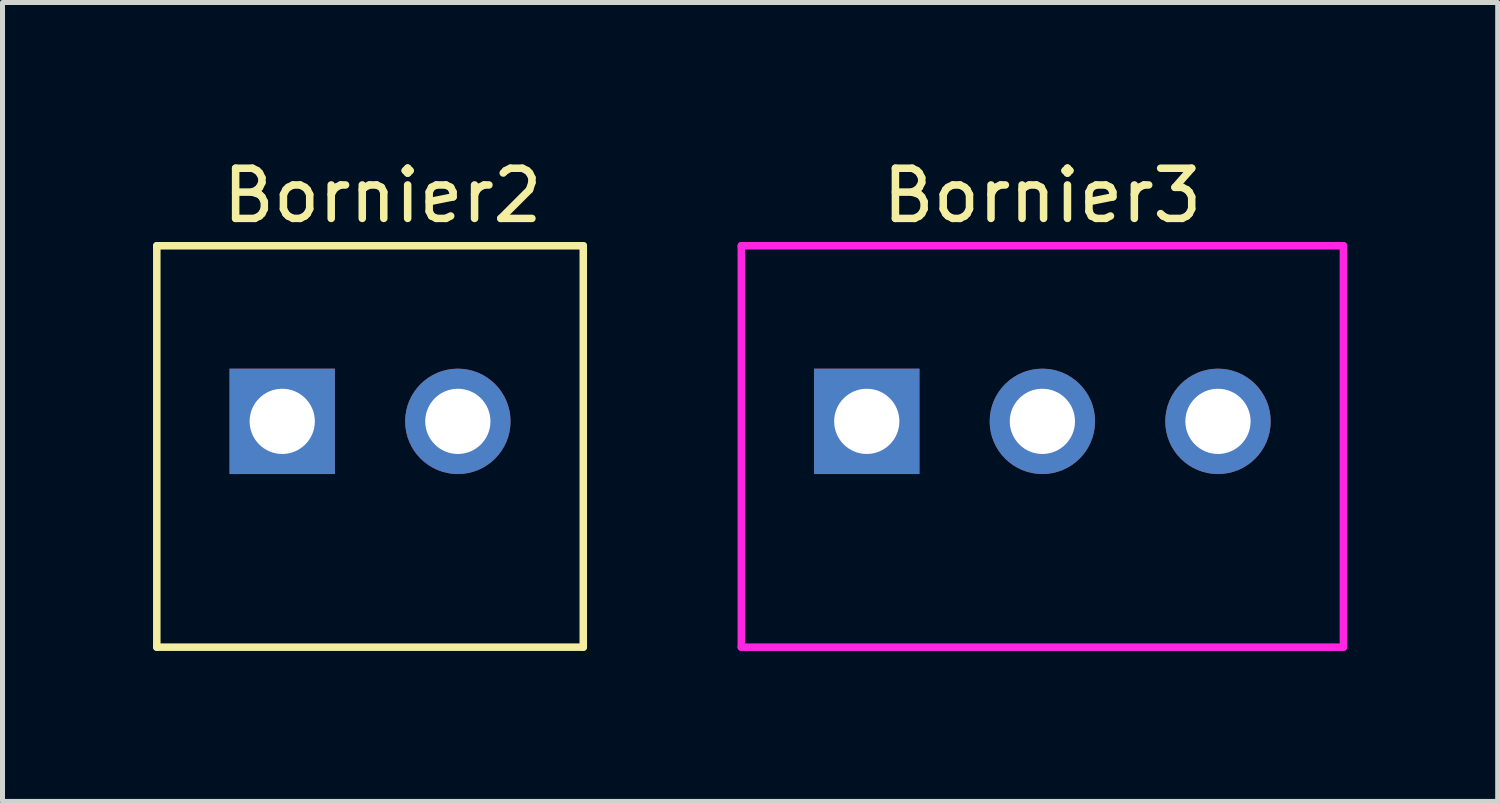
<source format=kicad_pcb>
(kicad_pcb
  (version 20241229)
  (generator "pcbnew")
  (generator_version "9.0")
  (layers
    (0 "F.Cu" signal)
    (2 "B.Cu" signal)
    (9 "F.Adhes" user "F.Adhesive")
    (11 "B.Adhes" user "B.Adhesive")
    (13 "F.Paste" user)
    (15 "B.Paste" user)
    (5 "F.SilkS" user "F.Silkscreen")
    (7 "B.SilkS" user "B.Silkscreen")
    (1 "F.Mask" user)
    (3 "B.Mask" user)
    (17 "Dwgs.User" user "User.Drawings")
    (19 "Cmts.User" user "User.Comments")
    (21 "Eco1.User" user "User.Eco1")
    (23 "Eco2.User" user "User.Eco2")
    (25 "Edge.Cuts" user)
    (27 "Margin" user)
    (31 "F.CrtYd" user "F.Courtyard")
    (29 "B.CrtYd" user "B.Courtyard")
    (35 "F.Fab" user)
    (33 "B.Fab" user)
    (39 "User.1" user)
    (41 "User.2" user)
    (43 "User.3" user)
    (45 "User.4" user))
  (footprint "Bornier3"
    (layer "F.Cu")
    (at 14.225 5.348)
    (property "Reference" "Bornier3" (at 3.5 -4.5 0) (layer "F.SilkS") (effects (font (size 1 1) (thickness 0.15))))
    (attr through_hole)
    (fp_line (start -2.5 -3.5) (end -2.5 4.5) (stroke (width 0.15) (type solid)) (layer "F.CrtYd"))
    (fp_line (start -2.5 -3.5) (end 9.5 -3.5) (stroke (width 0.15) (type solid)) (layer "F.CrtYd"))
    (fp_line (start -2.5 4.5) (end 9.5 4.5) (stroke (width 0.15) (type solid)) (layer "F.CrtYd"))
    (fp_line (start 9.5 4.5) (end 9.5 -3.5) (stroke (width 0.15) (type solid)) (layer "F.CrtYd"))
    (pad "1" thru_hole rect (at 0 0) (size 2.1 2.1) (drill 1.3) (layers "*.Cu" "*.Mask"))
    (pad "2" thru_hole circle (at 3.5 0) (size 2.1 2.1) (drill 1.3) (layers "*.Cu" "*.Mask"))
    (pad "3" thru_hole circle (at 7 0) (size 2.1 2.1) (drill 1.3) (layers "*.Cu" "*.Mask")))
  (footprint "Bornier2"
    (layer "F.Cu")
    (at 2.575 5.348)
    (property "Reference" "Bornier2" (at 2 -4.5 0) (layer "F.SilkS") (effects (font (size 1 1) (thickness 0.15))))
    (attr through_hole)
    (fp_line (start -2.5 -3.5) (end -2.5 4.5) (stroke (width 0.15) (type solid)) (layer "F.SilkS"))
    (fp_line (start -2.5 -3.5) (end 6 -3.5) (stroke (width 0.15) (type solid)) (layer "F.SilkS"))
    (fp_line (start 6 -3.5) (end 6 4.5) (stroke (width 0.15) (type solid)) (layer "F.SilkS"))
    (fp_line (start 6 4.5) (end -2.5 4.5) (stroke (width 0.15) (type solid)) (layer "F.SilkS"))
    (pad "1" thru_hole rect (at 0 0) (size 2.1 2.1) (drill 1.3) (layers "*.Cu" "*.Mask"))
    (pad "2" thru_hole circle (at 3.5 0) (size 2.1 2.1) (drill 1.3) (layers "*.Cu" "*.Mask")))
  (gr_rect
    (start -3 -3)
    (end 26.8 12.923)
    (stroke (width 0.1) (type default))
    (fill no)
    (layer "Edge.Cuts")))
</source>
